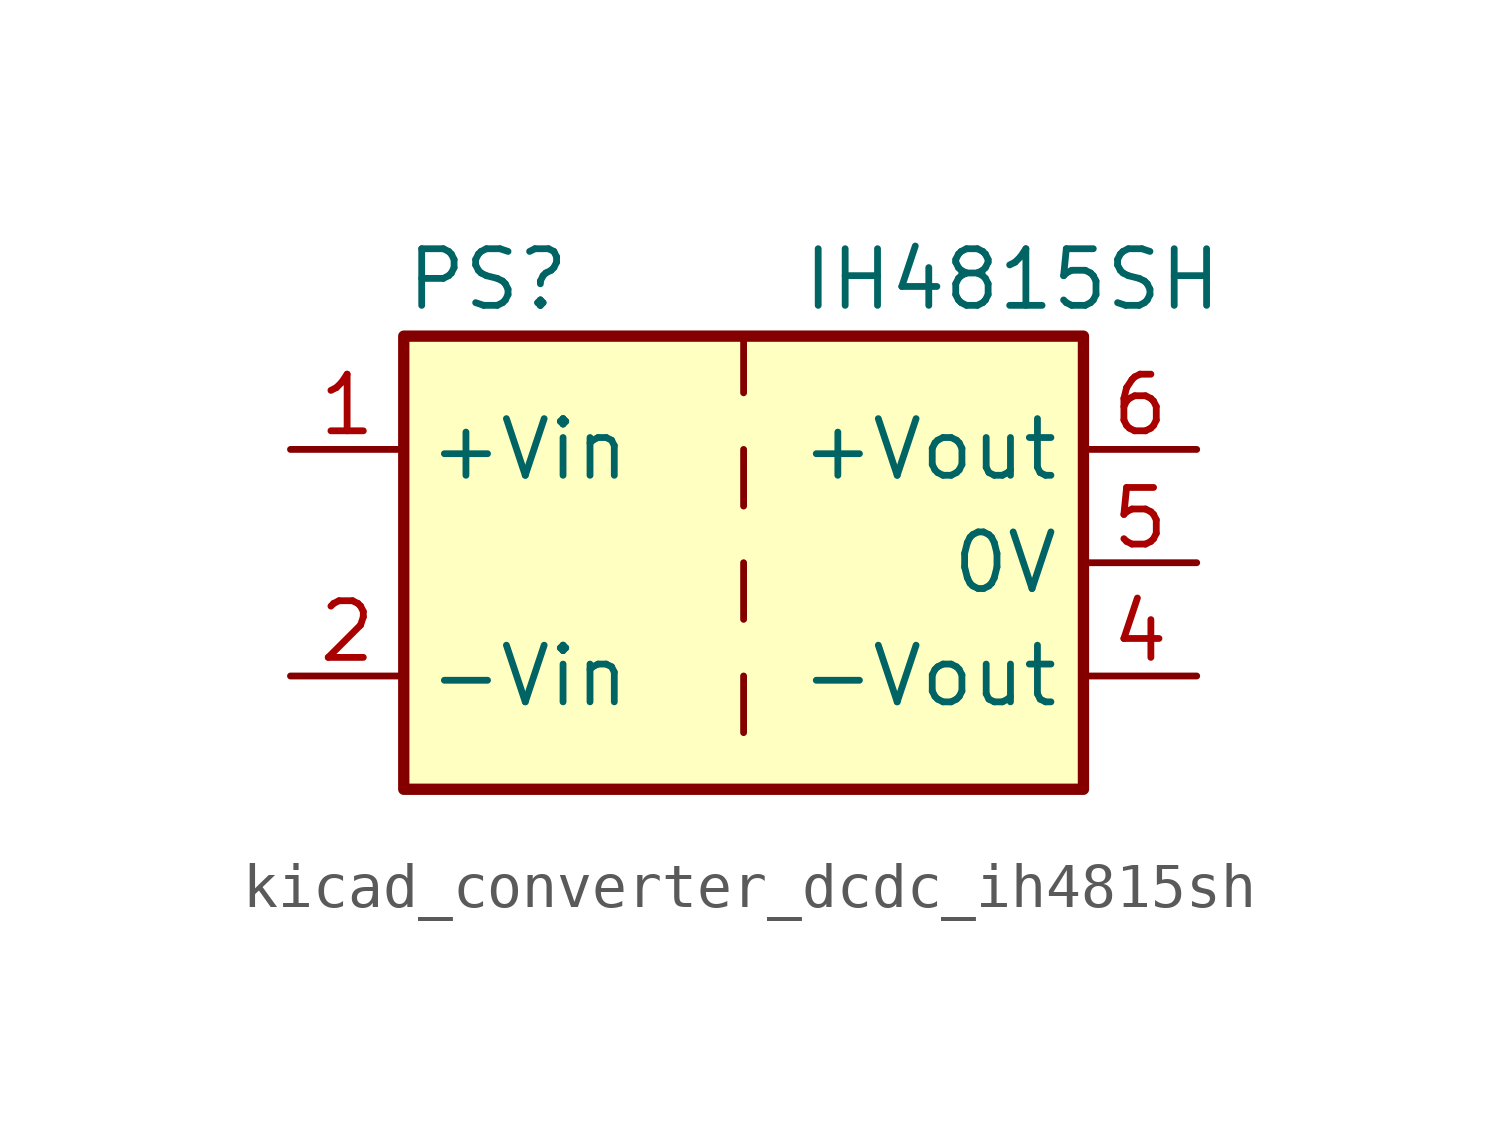
<source format=kicad_sym>
(kicad_symbol_lib
  (version 20220914)
  (generator kicad_symbol_editor)
  (symbol "kicad_converter_dcdc_ih4815sh"
    (property "Reference" "PS"
      (at -7.62 6.35 0)
      (effects (font (size 1.27 1.27)) (justify left)))
    (property "Value" "IH4815SH"
      (at 1.27 6.35 0)
      (effects (font (size 1.27 1.27)) (justify left)))
    (symbol "kicad_converter_dcdc_ih4815sh_0_0"
      (pin power_in line (at -10.16 2.54 0) (length 2.54) (name "+Vin" (effects (font (size 1.27 1.27)))) (number "1" (effects (font (size 1.27 1.27)))))
      (pin power_in line (at -10.16 -2.54 0) (length 2.54) (name "-Vin" (effects (font (size 1.27 1.27)))) (number "2" (effects (font (size 1.27 1.27)))))
      (pin power_out line (at 10.16 -2.54 180) (length 2.54) (name "-Vout" (effects (font (size 1.27 1.27)))) (number "4" (effects (font (size 1.27 1.27)))))
      (pin power_out line (at 10.16 0 180) (length 2.54) (name "0V" (effects (font (size 1.27 1.27)))) (number "5" (effects (font (size 1.27 1.27)))))
      (pin power_out line (at 10.16 2.54 180) (length 2.54) (name "+Vout" (effects (font (size 1.27 1.27)))) (number "6" (effects (font (size 1.27 1.27))))))
    (symbol "kicad_converter_dcdc_ih4815sh_0_1"
      (rectangle (start -7.62 5.08) (end 7.62 -5.08) (stroke (width 0.254) (type default)) (fill (type background)))
      (polyline (pts (xy 0 -2.54) (xy 0 -3.81)) (stroke (width 0) (type default)) (fill (type none)))
      (polyline (pts (xy 0 0) (xy 0 -1.27)) (stroke (width 0) (type default)) (fill (type none)))
      (polyline (pts (xy 0 2.54) (xy 0 1.27)) (stroke (width 0) (type default)) (fill (type none)))
      (polyline (pts (xy 0 5.08) (xy 0 3.81)) (stroke (width 0) (type default)) (fill (type none))))))
</source>
